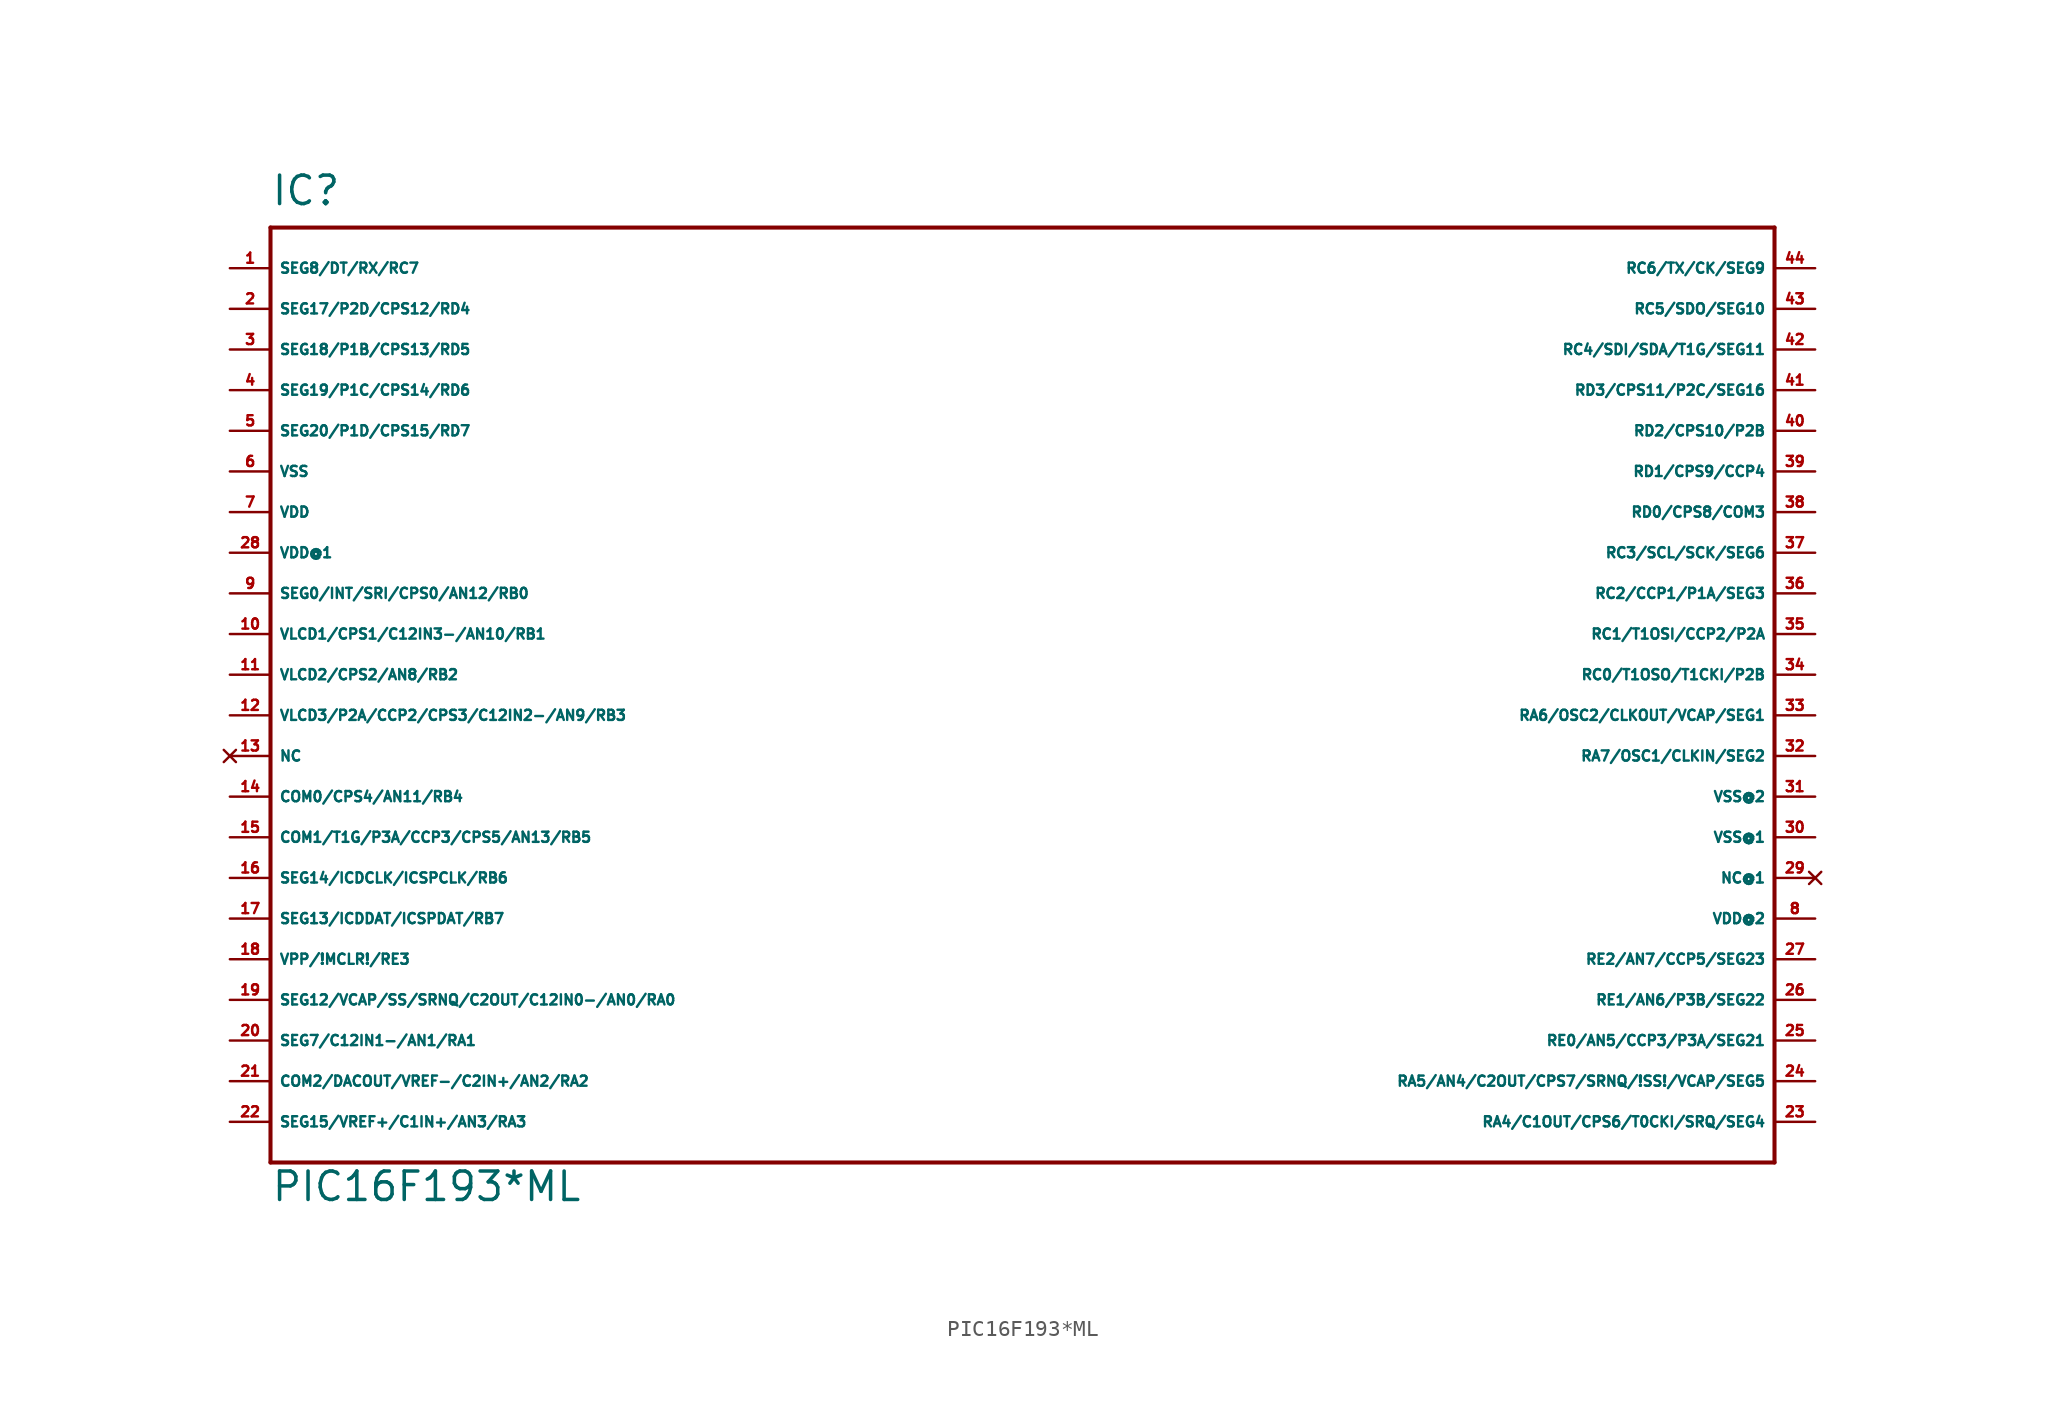
<source format=kicad_sym>
(kicad_symbol_lib
  (version 20220914)
  (generator Eagle2Kicad)
  (symbol "PIC16F193*ML"
    (property "Reference" "IC"
      (at -48.26 31.75 0)
      (effects (font (size 1.778 1.778) (thickness 0.22)) (justify left bottom)))
    (property "Value" "PIC16F193*ML"
      (at -48.26 -30.48 0)
      (effects (font (size 1.778 1.778) (thickness 0.22)) (justify left bottom)))
    (polyline
      (pts (xy -48.26 -27.94) (xy 45.72 -27.94))
      (stroke (width 0.254) (type default))
      (fill (type none)))
    (polyline
      (pts (xy 45.72 -27.94) (xy 45.72 30.48))
      (stroke (width 0.254) (type default))
      (fill (type none)))
    (polyline
      (pts (xy 45.72 30.48) (xy -48.26 30.48))
      (stroke (width 0.254) (type default))
      (fill (type none)))
    (polyline
      (pts (xy -48.26 30.48) (xy -48.26 -27.94))
      (stroke (width 0.254) (type default))
      (fill (type none)))
    (pin bidirectional line
      (at -50.8 27.94 0)
      (length 2.54)
      (name "SEG8/DT/RX/RC7" (effects (font (size 0.635 0.635) (thickness 0.08)) (justify left bottom)))
      (number "1" (effects (font (size 0.635 0.635) (thickness 0.08)) (justify left bottom))))
    (pin bidirectional line
      (at -50.8 25.4 0)
      (length 2.54)
      (name "SEG17/P2D/CPS12/RD4" (effects (font (size 0.635 0.635) (thickness 0.08)) (justify left bottom)))
      (number "2" (effects (font (size 0.635 0.635) (thickness 0.08)) (justify left bottom))))
    (pin bidirectional line
      (at -50.8 22.86 0)
      (length 2.54)
      (name "SEG18/P1B/CPS13/RD5" (effects (font (size 0.635 0.635) (thickness 0.08)) (justify left bottom)))
      (number "3" (effects (font (size 0.635 0.635) (thickness 0.08)) (justify left bottom))))
    (pin bidirectional line
      (at -50.8 20.32 0)
      (length 2.54)
      (name "SEG19/P1C/CPS14/RD6" (effects (font (size 0.635 0.635) (thickness 0.08)) (justify left bottom)))
      (number "4" (effects (font (size 0.635 0.635) (thickness 0.08)) (justify left bottom))))
    (pin bidirectional line
      (at -50.8 17.78 0)
      (length 2.54)
      (name "SEG20/P1D/CPS15/RD7" (effects (font (size 0.635 0.635) (thickness 0.08)) (justify left bottom)))
      (number "5" (effects (font (size 0.635 0.635) (thickness 0.08)) (justify left bottom))))
    (pin unspecified line
      (at -50.8 15.24 0)
      (length 2.54)
      (name "VSS" (effects (font (size 0.635 0.635) (thickness 0.08)) (justify left bottom)))
      (number "6" (effects (font (size 0.635 0.635) (thickness 0.08)) (justify left bottom))))
    (pin unspecified line
      (at -50.8 12.7 0)
      (length 2.54)
      (name "VDD" (effects (font (size 0.635 0.635) (thickness 0.08)) (justify left bottom)))
      (number "7" (effects (font (size 0.635 0.635) (thickness 0.08)) (justify left bottom))))
    (pin bidirectional line
      (at -50.8 7.62 0)
      (length 2.54)
      (name "SEG0/INT/SRI/CPS0/AN12/RB0" (effects (font (size 0.635 0.635) (thickness 0.08)) (justify left bottom)))
      (number "9" (effects (font (size 0.635 0.635) (thickness 0.08)) (justify left bottom))))
    (pin bidirectional line
      (at -50.8 5.08 0)
      (length 2.54)
      (name "VLCD1/CPS1/C12IN3-/AN10/RB1" (effects (font (size 0.635 0.635) (thickness 0.08)) (justify left bottom)))
      (number "10" (effects (font (size 0.635 0.635) (thickness 0.08)) (justify left bottom))))
    (pin bidirectional line
      (at -50.8 2.54 0)
      (length 2.54)
      (name "VLCD2/CPS2/AN8/RB2" (effects (font (size 0.635 0.635) (thickness 0.08)) (justify left bottom)))
      (number "11" (effects (font (size 0.635 0.635) (thickness 0.08)) (justify left bottom))))
    (pin bidirectional line
      (at -50.8 0 0)
      (length 2.54)
      (name "VLCD3/P2A/CCP2/CPS3/C12IN2-/AN9/RB3" (effects (font (size 0.635 0.635) (thickness 0.08)) (justify left bottom)))
      (number "12" (effects (font (size 0.635 0.635) (thickness 0.08)) (justify left bottom))))
    (pin no_connect line
      (at -50.8 -2.54 0)
      (length 2.54)
      (name "NC" (effects (font (size 0.635 0.635) (thickness 0.08)) (justify left bottom) hide))
      (number "13" (effects (font (size 0.635 0.635) (thickness 0.08)) (justify left bottom) hide)))
    (pin no_connect line
      (at 48.26 -10.16 180)
      (length 2.54)
      (name "NC@1" (effects (font (size 0.635 0.635) (thickness 0.08)) (justify left bottom) hide))
      (number "29" (effects (font (size 0.635 0.635) (thickness 0.08)) (justify left bottom) hide)))
    (pin bidirectional line
      (at -50.8 -5.08 0)
      (length 2.54)
      (name "COM0/CPS4/AN11/RB4" (effects (font (size 0.635 0.635) (thickness 0.08)) (justify left bottom)))
      (number "14" (effects (font (size 0.635 0.635) (thickness 0.08)) (justify left bottom))))
    (pin bidirectional line
      (at -50.8 -7.62 0)
      (length 2.54)
      (name "COM1/T1G/P3A/CCP3/CPS5/AN13/RB5" (effects (font (size 0.635 0.635) (thickness 0.08)) (justify left bottom)))
      (number "15" (effects (font (size 0.635 0.635) (thickness 0.08)) (justify left bottom))))
    (pin bidirectional line
      (at -50.8 -10.16 0)
      (length 2.54)
      (name "SEG14/ICDCLK/ICSPCLK/RB6" (effects (font (size 0.635 0.635) (thickness 0.08)) (justify left bottom)))
      (number "16" (effects (font (size 0.635 0.635) (thickness 0.08)) (justify left bottom))))
    (pin bidirectional line
      (at -50.8 -12.7 0)
      (length 2.54)
      (name "SEG13/ICDDAT/ICSPDAT/RB7" (effects (font (size 0.635 0.635) (thickness 0.08)) (justify left bottom)))
      (number "17" (effects (font (size 0.635 0.635) (thickness 0.08)) (justify left bottom))))
    (pin input line
      (at -50.8 -15.24 0)
      (length 2.54)
      (name "VPP/!MCLR!/RE3" (effects (font (size 0.635 0.635) (thickness 0.08)) (justify left bottom)))
      (number "18" (effects (font (size 0.635 0.635) (thickness 0.08)) (justify left bottom))))
    (pin bidirectional line
      (at -50.8 -17.78 0)
      (length 2.54)
      (name "SEG12/VCAP/SS/SRNQ/C2OUT/C12IN0-/AN0/RA0" (effects (font (size 0.635 0.635) (thickness 0.08)) (justify left bottom)))
      (number "19" (effects (font (size 0.635 0.635) (thickness 0.08)) (justify left bottom))))
    (pin bidirectional line
      (at -50.8 -20.32 0)
      (length 2.54)
      (name "SEG7/C12IN1-/AN1/RA1" (effects (font (size 0.635 0.635) (thickness 0.08)) (justify left bottom)))
      (number "20" (effects (font (size 0.635 0.635) (thickness 0.08)) (justify left bottom))))
    (pin bidirectional line
      (at -50.8 -22.86 0)
      (length 2.54)
      (name "COM2/DACOUT/VREF-/C2IN+/AN2/RA2" (effects (font (size 0.635 0.635) (thickness 0.08)) (justify left bottom)))
      (number "21" (effects (font (size 0.635 0.635) (thickness 0.08)) (justify left bottom))))
    (pin bidirectional line
      (at -50.8 -25.4 0)
      (length 2.54)
      (name "SEG15/VREF+/C1IN+/AN3/RA3" (effects (font (size 0.635 0.635) (thickness 0.08)) (justify left bottom)))
      (number "22" (effects (font (size 0.635 0.635) (thickness 0.08)) (justify left bottom))))
    (pin bidirectional line
      (at 48.26 -25.4 180)
      (length 2.54)
      (name "RA4/C1OUT/CPS6/T0CKI/SRQ/SEG4" (effects (font (size 0.635 0.635) (thickness 0.08)) (justify left bottom)))
      (number "23" (effects (font (size 0.635 0.635) (thickness 0.08)) (justify left bottom))))
    (pin bidirectional line
      (at 48.26 -22.86 180)
      (length 2.54)
      (name "RA5/AN4/C2OUT/CPS7/SRNQ/!SS!/VCAP/SEG5" (effects (font (size 0.635 0.635) (thickness 0.08)) (justify left bottom)))
      (number "24" (effects (font (size 0.635 0.635) (thickness 0.08)) (justify left bottom))))
    (pin bidirectional line
      (at 48.26 -20.32 180)
      (length 2.54)
      (name "RE0/AN5/CCP3/P3A/SEG21" (effects (font (size 0.635 0.635) (thickness 0.08)) (justify left bottom)))
      (number "25" (effects (font (size 0.635 0.635) (thickness 0.08)) (justify left bottom))))
    (pin bidirectional line
      (at 48.26 -17.78 180)
      (length 2.54)
      (name "RE1/AN6/P3B/SEG22" (effects (font (size 0.635 0.635) (thickness 0.08)) (justify left bottom)))
      (number "26" (effects (font (size 0.635 0.635) (thickness 0.08)) (justify left bottom))))
    (pin bidirectional line
      (at 48.26 -15.24 180)
      (length 2.54)
      (name "RE2/AN7/CCP5/SEG23" (effects (font (size 0.635 0.635) (thickness 0.08)) (justify left bottom)))
      (number "27" (effects (font (size 0.635 0.635) (thickness 0.08)) (justify left bottom))))
    (pin unspecified line
      (at -50.8 10.16 0)
      (length 2.54)
      (name "VDD@1" (effects (font (size 0.635 0.635) (thickness 0.08)) (justify left bottom)))
      (number "28" (effects (font (size 0.635 0.635) (thickness 0.08)) (justify left bottom))))
    (pin unspecified line
      (at 48.26 -7.62 180)
      (length 2.54)
      (name "VSS@1" (effects (font (size 0.635 0.635) (thickness 0.08)) (justify left bottom)))
      (number "30" (effects (font (size 0.635 0.635) (thickness 0.08)) (justify left bottom))))
    (pin bidirectional line
      (at 48.26 -2.54 180)
      (length 2.54)
      (name "RA7/OSC1/CLKIN/SEG2" (effects (font (size 0.635 0.635) (thickness 0.08)) (justify left bottom)))
      (number "32" (effects (font (size 0.635 0.635) (thickness 0.08)) (justify left bottom))))
    (pin bidirectional line
      (at 48.26 0 180)
      (length 2.54)
      (name "RA6/OSC2/CLKOUT/VCAP/SEG1" (effects (font (size 0.635 0.635) (thickness 0.08)) (justify left bottom)))
      (number "33" (effects (font (size 0.635 0.635) (thickness 0.08)) (justify left bottom))))
    (pin bidirectional line
      (at 48.26 2.54 180)
      (length 2.54)
      (name "RC0/T1OSO/T1CKI/P2B" (effects (font (size 0.635 0.635) (thickness 0.08)) (justify left bottom)))
      (number "34" (effects (font (size 0.635 0.635) (thickness 0.08)) (justify left bottom))))
    (pin bidirectional line
      (at 48.26 5.08 180)
      (length 2.54)
      (name "RC1/T1OSI/CCP2/P2A" (effects (font (size 0.635 0.635) (thickness 0.08)) (justify left bottom)))
      (number "35" (effects (font (size 0.635 0.635) (thickness 0.08)) (justify left bottom))))
    (pin bidirectional line
      (at 48.26 7.62 180)
      (length 2.54)
      (name "RC2/CCP1/P1A/SEG3" (effects (font (size 0.635 0.635) (thickness 0.08)) (justify left bottom)))
      (number "36" (effects (font (size 0.635 0.635) (thickness 0.08)) (justify left bottom))))
    (pin bidirectional line
      (at 48.26 10.16 180)
      (length 2.54)
      (name "RC3/SCL/SCK/SEG6" (effects (font (size 0.635 0.635) (thickness 0.08)) (justify left bottom)))
      (number "37" (effects (font (size 0.635 0.635) (thickness 0.08)) (justify left bottom))))
    (pin bidirectional line
      (at 48.26 12.7 180)
      (length 2.54)
      (name "RD0/CPS8/COM3" (effects (font (size 0.635 0.635) (thickness 0.08)) (justify left bottom)))
      (number "38" (effects (font (size 0.635 0.635) (thickness 0.08)) (justify left bottom))))
    (pin bidirectional line
      (at 48.26 15.24 180)
      (length 2.54)
      (name "RD1/CPS9/CCP4" (effects (font (size 0.635 0.635) (thickness 0.08)) (justify left bottom)))
      (number "39" (effects (font (size 0.635 0.635) (thickness 0.08)) (justify left bottom))))
    (pin bidirectional line
      (at 48.26 17.78 180)
      (length 2.54)
      (name "RD2/CPS10/P2B" (effects (font (size 0.635 0.635) (thickness 0.08)) (justify left bottom)))
      (number "40" (effects (font (size 0.635 0.635) (thickness 0.08)) (justify left bottom))))
    (pin bidirectional line
      (at 48.26 20.32 180)
      (length 2.54)
      (name "RD3/CPS11/P2C/SEG16" (effects (font (size 0.635 0.635) (thickness 0.08)) (justify left bottom)))
      (number "41" (effects (font (size 0.635 0.635) (thickness 0.08)) (justify left bottom))))
    (pin bidirectional line
      (at 48.26 22.86 180)
      (length 2.54)
      (name "RC4/SDI/SDA/T1G/SEG11" (effects (font (size 0.635 0.635) (thickness 0.08)) (justify left bottom)))
      (number "42" (effects (font (size 0.635 0.635) (thickness 0.08)) (justify left bottom))))
    (pin bidirectional line
      (at 48.26 25.4 180)
      (length 2.54)
      (name "RC5/SDO/SEG10" (effects (font (size 0.635 0.635) (thickness 0.08)) (justify left bottom)))
      (number "43" (effects (font (size 0.635 0.635) (thickness 0.08)) (justify left bottom))))
    (pin bidirectional line
      (at 48.26 27.94 180)
      (length 2.54)
      (name "RC6/TX/CK/SEG9" (effects (font (size 0.635 0.635) (thickness 0.08)) (justify left bottom)))
      (number "44" (effects (font (size 0.635 0.635) (thickness 0.08)) (justify left bottom))))
    (pin unspecified line
      (at 48.26 -12.7 180)
      (length 2.54)
      (name "VDD@2" (effects (font (size 0.635 0.635) (thickness 0.08)) (justify left bottom)))
      (number "8" (effects (font (size 0.635 0.635) (thickness 0.08)) (justify left bottom))))
    (pin unspecified line
      (at 48.26 -5.08 180)
      (length 2.54)
      (name "VSS@2" (effects (font (size 0.635 0.635) (thickness 0.08)) (justify left bottom)))
      (number "31" (effects (font (size 0.635 0.635) (thickness 0.08)) (justify left bottom))))))
</source>
